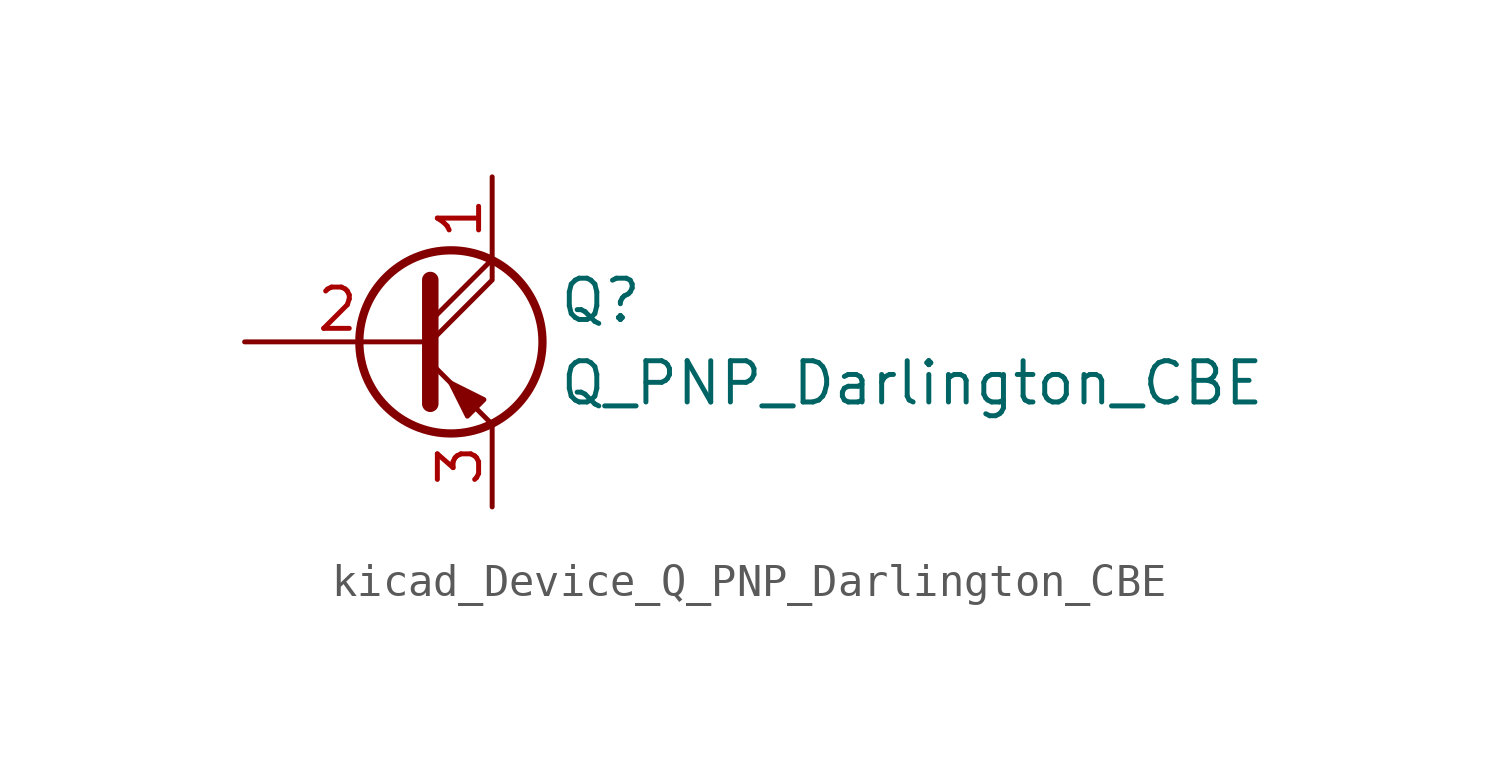
<source format=kicad_sym>
(kicad_symbol_lib
  (version 20220914)
  (generator kicad_symbol_editor)
  (symbol "kicad_Device_Q_PNP_Darlington_CBE"
    (pin_names
      (offset 0) hide)
    (property "Reference" "Q"
      (at 4.572 1.27 0)
      (effects (font (size 1.27 1.27)) (justify left)))
    (property "Value" "Q_PNP_Darlington_CBE"
      (at 4.572 -1.27 0)
      (effects (font (size 1.27 1.27)) (justify left)))
    (symbol "kicad_Device_Q_PNP_Darlington_CBE_0_1"
      (polyline (pts (xy 0.635 0.635) (xy 2.54 2.54)) (stroke (width 0) (type default)) (fill (type none)))
      (polyline (pts (xy 0.635 -0.635) (xy 2.54 -2.54) (xy 2.54 -2.54)) (stroke (width 0) (type default)) (fill (type none)))
      (polyline (pts (xy 0.635 0) (xy 2.54 1.905) (xy 2.54 2.54)) (stroke (width 0) (type default)) (fill (type none)))
      (polyline (pts (xy 0.635 1.905) (xy 0.635 -1.905) (xy 0.635 -1.905)) (stroke (width 0.508) (type default)) (fill (type none)))
      (polyline (pts (xy 2.286 -1.778) (xy 1.778 -2.286) (xy 1.27 -1.27) (xy 2.286 -1.778) (xy 2.286 -1.778)) (stroke (width 0) (type default)) (fill (type outline)))
      (circle (center 1.27 0) (radius 2.819) (stroke (width 0.254) (type default)) (fill (type none))))
    (symbol "kicad_Device_Q_PNP_Darlington_CBE_1_1"
      (pin passive line (at 2.54 5.08 270) (length 2.54) (name "C" (effects (font (size 1.27 1.27)))) (number "1" (effects (font (size 1.27 1.27)))))
      (pin input line (at -5.08 0 0) (length 5.715) (name "B" (effects (font (size 1.27 1.27)))) (number "2" (effects (font (size 1.27 1.27)))))
      (pin passive line (at 2.54 -5.08 90) (length 2.54) (name "E" (effects (font (size 1.27 1.27)))) (number "3" (effects (font (size 1.27 1.27))))))))
</source>
